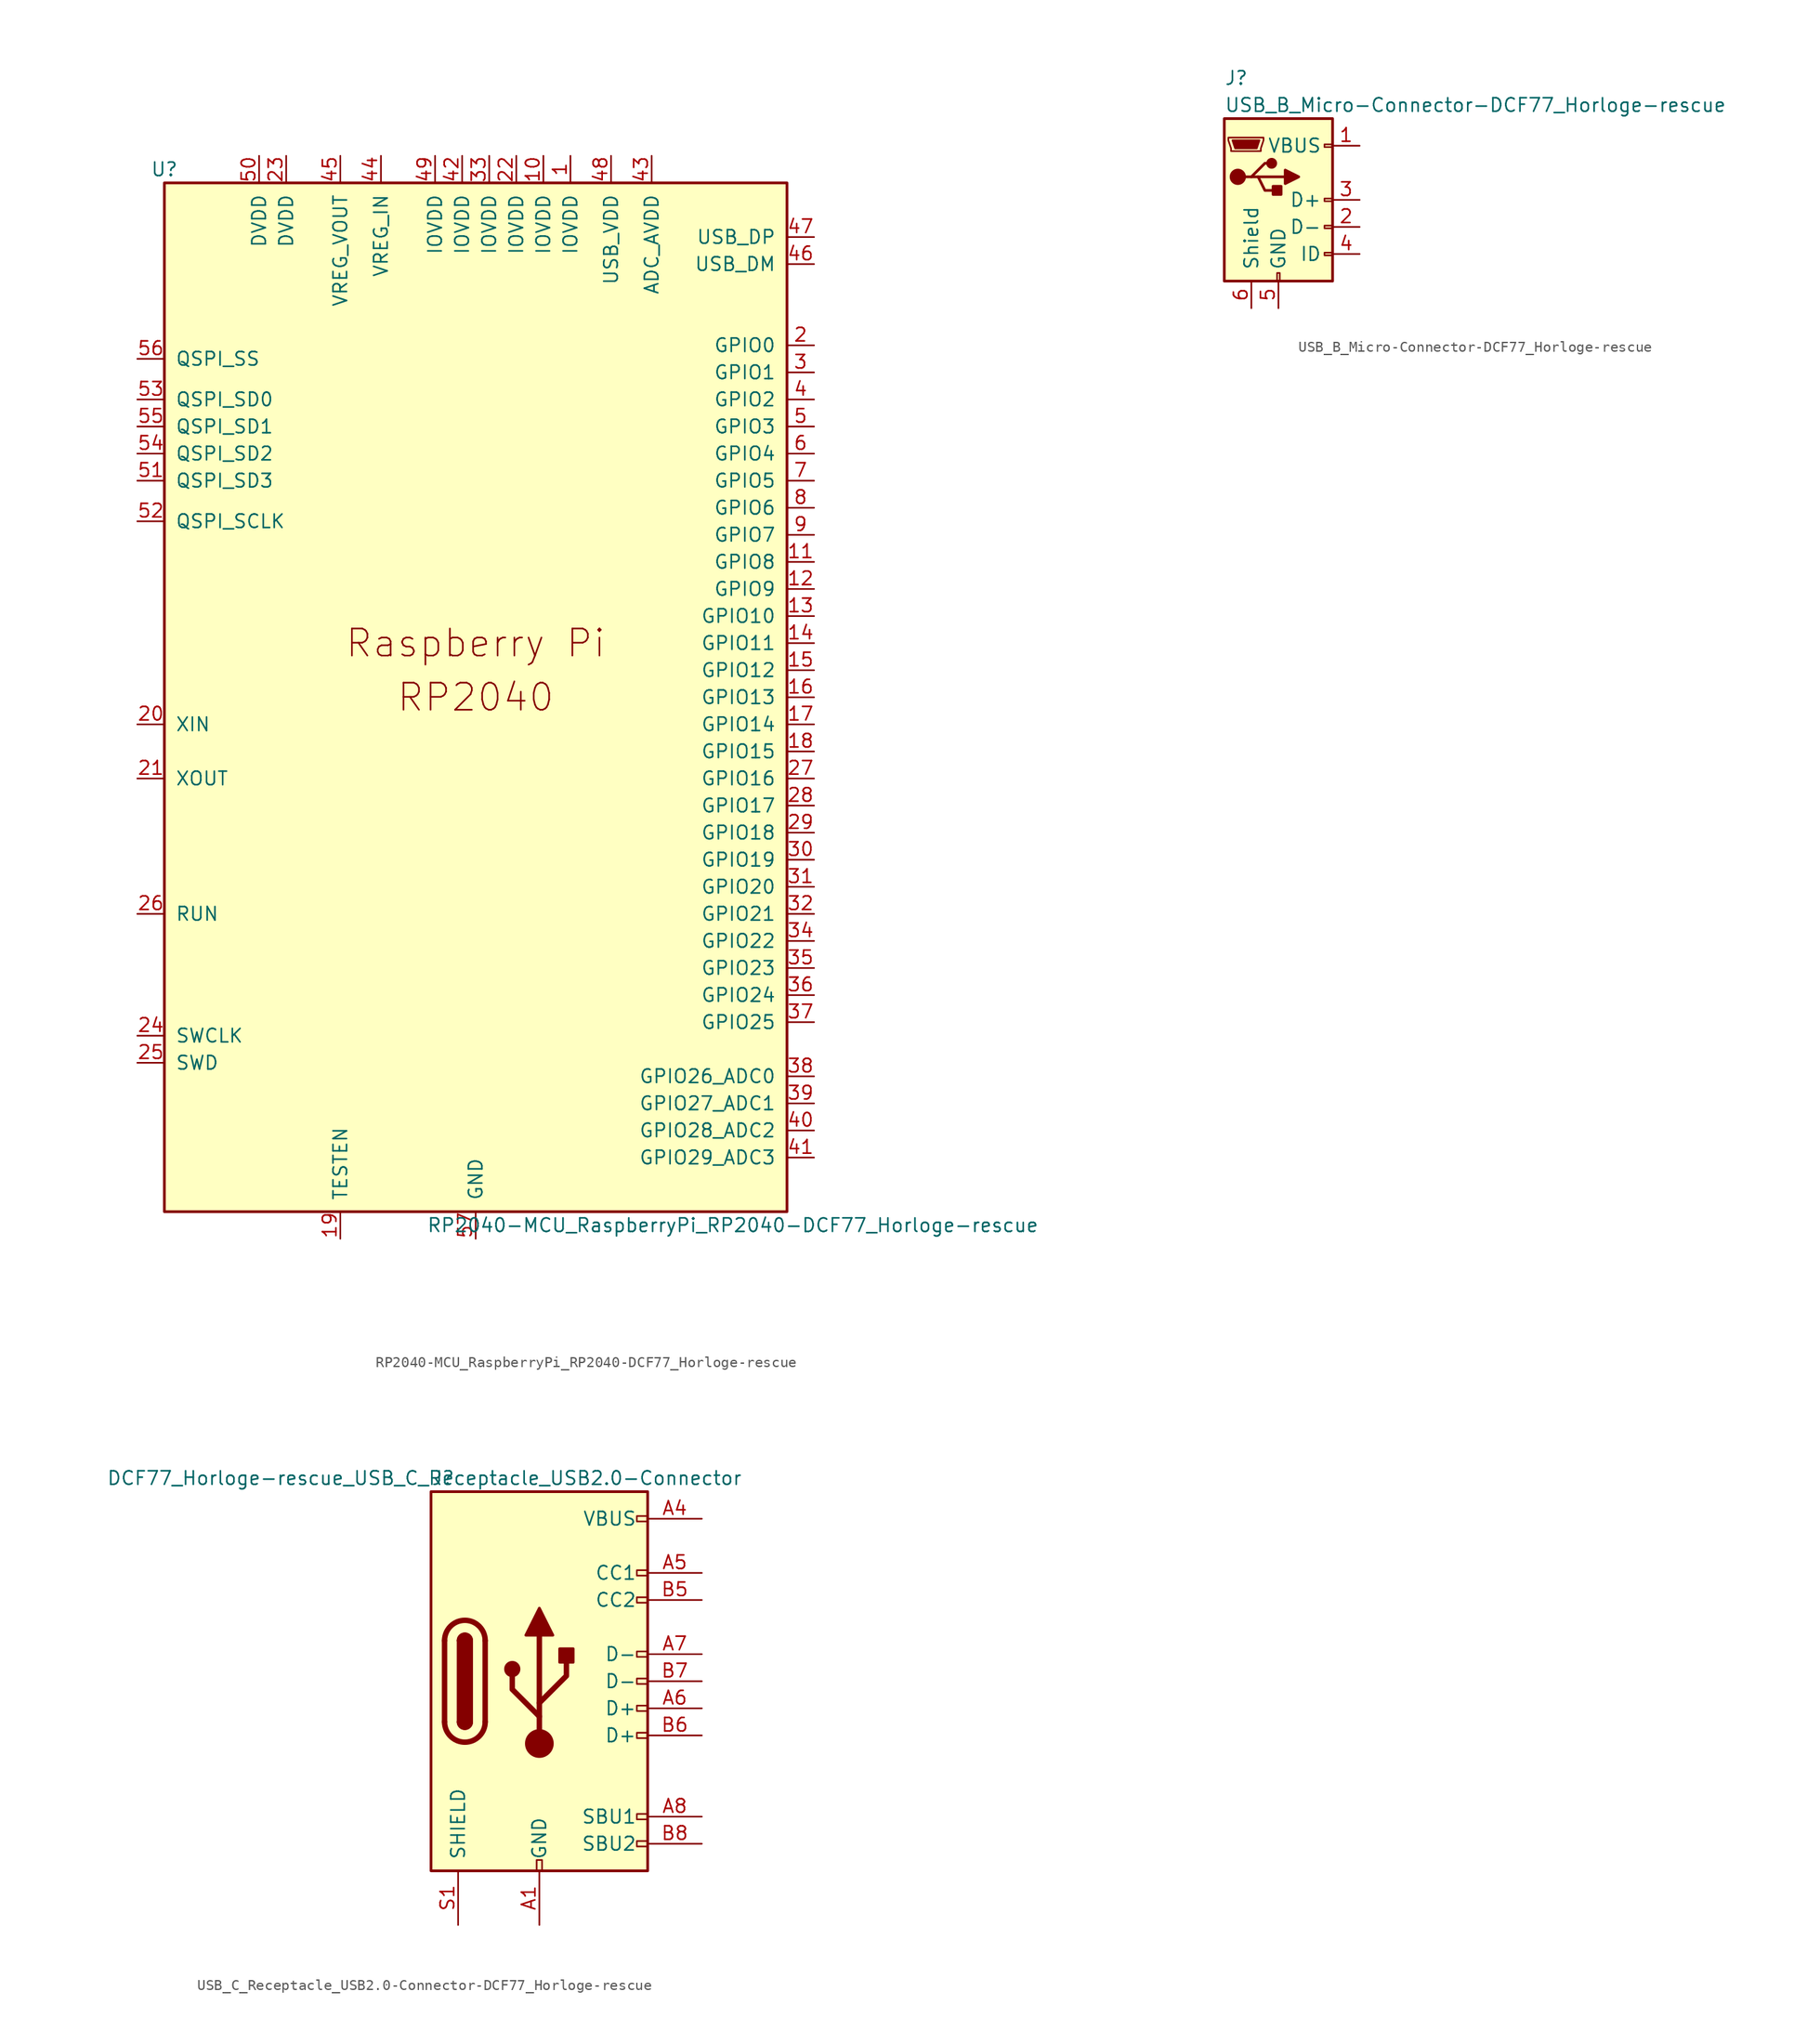
<source format=kicad_sym>
(kicad_symbol_lib
  (version 20220914)
  (generator kicad_symbol_editor)
  (symbol "RP2040-MCU_RaspberryPi_RP2040-DCF77_Horloge-rescue"
    (pin_names
      (offset 1.016))
    (property "Reference" "U"
      (at -29.21 49.53 0)
      (effects (font (size 1.27 1.27))))
    (property "Value" "RP2040-MCU_RaspberryPi_RP2040-DCF77_Horloge-rescue"
      (at 24.13 -49.53 0)
      (effects (font (size 1.27 1.27))))
    (symbol "RP2040-MCU_RaspberryPi_RP2040-DCF77_Horloge-rescue_0_0"
      (text "Raspberry Pi" (at 0 5.08 0) (effects (font (size 2.54 2.54))))
      (text "RP2040" (at 0 0 0) (effects (font (size 2.54 2.54)))))
    (symbol "RP2040-MCU_RaspberryPi_RP2040-DCF77_Horloge-rescue_0_1"
      (rectangle (start 29.21 48.26) (end -29.21 -48.26) (stroke (width 0.254) (type solid)) (fill (type background))))
    (symbol "RP2040-MCU_RaspberryPi_RP2040-DCF77_Horloge-rescue_1_1"
      (pin power_in line (at 8.89 50.8 270) (length 2.54) (name "IOVDD" (effects (font (size 1.27 1.27)))) (number "1" (effects (font (size 1.27 1.27)))))
      (pin power_in line (at 6.35 50.8 270) (length 2.54) (name "IOVDD" (effects (font (size 1.27 1.27)))) (number "10" (effects (font (size 1.27 1.27)))))
      (pin bidirectional line (at 31.75 12.7 180) (length 2.54) (name "GPIO8" (effects (font (size 1.27 1.27)))) (number "11" (effects (font (size 1.27 1.27)))))
      (pin bidirectional line (at 31.75 10.16 180) (length 2.54) (name "GPIO9" (effects (font (size 1.27 1.27)))) (number "12" (effects (font (size 1.27 1.27)))))
      (pin bidirectional line (at 31.75 7.62 180) (length 2.54) (name "GPIO10" (effects (font (size 1.27 1.27)))) (number "13" (effects (font (size 1.27 1.27)))))
      (pin bidirectional line (at 31.75 5.08 180) (length 2.54) (name "GPIO11" (effects (font (size 1.27 1.27)))) (number "14" (effects (font (size 1.27 1.27)))))
      (pin bidirectional line (at 31.75 2.54 180) (length 2.54) (name "GPIO12" (effects (font (size 1.27 1.27)))) (number "15" (effects (font (size 1.27 1.27)))))
      (pin bidirectional line (at 31.75 0 180) (length 2.54) (name "GPIO13" (effects (font (size 1.27 1.27)))) (number "16" (effects (font (size 1.27 1.27)))))
      (pin bidirectional line (at 31.75 -2.54 180) (length 2.54) (name "GPIO14" (effects (font (size 1.27 1.27)))) (number "17" (effects (font (size 1.27 1.27)))))
      (pin bidirectional line (at 31.75 -5.08 180) (length 2.54) (name "GPIO15" (effects (font (size 1.27 1.27)))) (number "18" (effects (font (size 1.27 1.27)))))
      (pin passive line (at -12.7 -50.8 90) (length 2.54) (name "TESTEN" (effects (font (size 1.27 1.27)))) (number "19" (effects (font (size 1.27 1.27)))))
      (pin bidirectional line (at 31.75 33.02 180) (length 2.54) (name "GPIO0" (effects (font (size 1.27 1.27)))) (number "2" (effects (font (size 1.27 1.27)))))
      (pin input line (at -31.75 -2.54 0) (length 2.54) (name "XIN" (effects (font (size 1.27 1.27)))) (number "20" (effects (font (size 1.27 1.27)))))
      (pin passive line (at -31.75 -7.62 0) (length 2.54) (name "XOUT" (effects (font (size 1.27 1.27)))) (number "21" (effects (font (size 1.27 1.27)))))
      (pin power_in line (at 3.81 50.8 270) (length 2.54) (name "IOVDD" (effects (font (size 1.27 1.27)))) (number "22" (effects (font (size 1.27 1.27)))))
      (pin power_in line (at -17.78 50.8 270) (length 2.54) (name "DVDD" (effects (font (size 1.27 1.27)))) (number "23" (effects (font (size 1.27 1.27)))))
      (pin output line (at -31.75 -31.75 0) (length 2.54) (name "SWCLK" (effects (font (size 1.27 1.27)))) (number "24" (effects (font (size 1.27 1.27)))))
      (pin bidirectional line (at -31.75 -34.29 0) (length 2.54) (name "SWD" (effects (font (size 1.27 1.27)))) (number "25" (effects (font (size 1.27 1.27)))))
      (pin input line (at -31.75 -20.32 0) (length 2.54) (name "RUN" (effects (font (size 1.27 1.27)))) (number "26" (effects (font (size 1.27 1.27)))))
      (pin bidirectional line (at 31.75 -7.62 180) (length 2.54) (name "GPIO16" (effects (font (size 1.27 1.27)))) (number "27" (effects (font (size 1.27 1.27)))))
      (pin bidirectional line (at 31.75 -10.16 180) (length 2.54) (name "GPIO17" (effects (font (size 1.27 1.27)))) (number "28" (effects (font (size 1.27 1.27)))))
      (pin bidirectional line (at 31.75 -12.7 180) (length 2.54) (name "GPIO18" (effects (font (size 1.27 1.27)))) (number "29" (effects (font (size 1.27 1.27)))))
      (pin bidirectional line (at 31.75 30.48 180) (length 2.54) (name "GPIO1" (effects (font (size 1.27 1.27)))) (number "3" (effects (font (size 1.27 1.27)))))
      (pin bidirectional line (at 31.75 -15.24 180) (length 2.54) (name "GPIO19" (effects (font (size 1.27 1.27)))) (number "30" (effects (font (size 1.27 1.27)))))
      (pin bidirectional line (at 31.75 -17.78 180) (length 2.54) (name "GPIO20" (effects (font (size 1.27 1.27)))) (number "31" (effects (font (size 1.27 1.27)))))
      (pin bidirectional line (at 31.75 -20.32 180) (length 2.54) (name "GPIO21" (effects (font (size 1.27 1.27)))) (number "32" (effects (font (size 1.27 1.27)))))
      (pin power_in line (at 1.27 50.8 270) (length 2.54) (name "IOVDD" (effects (font (size 1.27 1.27)))) (number "33" (effects (font (size 1.27 1.27)))))
      (pin bidirectional line (at 31.75 -22.86 180) (length 2.54) (name "GPIO22" (effects (font (size 1.27 1.27)))) (number "34" (effects (font (size 1.27 1.27)))))
      (pin bidirectional line (at 31.75 -25.4 180) (length 2.54) (name "GPIO23" (effects (font (size 1.27 1.27)))) (number "35" (effects (font (size 1.27 1.27)))))
      (pin bidirectional line (at 31.75 -27.94 180) (length 2.54) (name "GPIO24" (effects (font (size 1.27 1.27)))) (number "36" (effects (font (size 1.27 1.27)))))
      (pin bidirectional line (at 31.75 -30.48 180) (length 2.54) (name "GPIO25" (effects (font (size 1.27 1.27)))) (number "37" (effects (font (size 1.27 1.27)))))
      (pin bidirectional line (at 31.75 -35.56 180) (length 2.54) (name "GPIO26_ADC0" (effects (font (size 1.27 1.27)))) (number "38" (effects (font (size 1.27 1.27)))))
      (pin bidirectional line (at 31.75 -38.1 180) (length 2.54) (name "GPIO27_ADC1" (effects (font (size 1.27 1.27)))) (number "39" (effects (font (size 1.27 1.27)))))
      (pin bidirectional line (at 31.75 27.94 180) (length 2.54) (name "GPIO2" (effects (font (size 1.27 1.27)))) (number "4" (effects (font (size 1.27 1.27)))))
      (pin bidirectional line (at 31.75 -40.64 180) (length 2.54) (name "GPIO28_ADC2" (effects (font (size 1.27 1.27)))) (number "40" (effects (font (size 1.27 1.27)))))
      (pin bidirectional line (at 31.75 -43.18 180) (length 2.54) (name "GPIO29_ADC3" (effects (font (size 1.27 1.27)))) (number "41" (effects (font (size 1.27 1.27)))))
      (pin power_in line (at -1.27 50.8 270) (length 2.54) (name "IOVDD" (effects (font (size 1.27 1.27)))) (number "42" (effects (font (size 1.27 1.27)))))
      (pin power_in line (at 16.51 50.8 270) (length 2.54) (name "ADC_AVDD" (effects (font (size 1.27 1.27)))) (number "43" (effects (font (size 1.27 1.27)))))
      (pin power_in line (at -8.89 50.8 270) (length 2.54) (name "VREG_IN" (effects (font (size 1.27 1.27)))) (number "44" (effects (font (size 1.27 1.27)))))
      (pin power_out line (at -12.7 50.8 270) (length 2.54) (name "VREG_VOUT" (effects (font (size 1.27 1.27)))) (number "45" (effects (font (size 1.27 1.27)))))
      (pin bidirectional line (at 31.75 40.64 180) (length 2.54) (name "USB_DM" (effects (font (size 1.27 1.27)))) (number "46" (effects (font (size 1.27 1.27)))))
      (pin bidirectional line (at 31.75 43.18 180) (length 2.54) (name "USB_DP" (effects (font (size 1.27 1.27)))) (number "47" (effects (font (size 1.27 1.27)))))
      (pin power_in line (at 12.7 50.8 270) (length 2.54) (name "USB_VDD" (effects (font (size 1.27 1.27)))) (number "48" (effects (font (size 1.27 1.27)))))
      (pin power_in line (at -3.81 50.8 270) (length 2.54) (name "IOVDD" (effects (font (size 1.27 1.27)))) (number "49" (effects (font (size 1.27 1.27)))))
      (pin bidirectional line (at 31.75 25.4 180) (length 2.54) (name "GPIO3" (effects (font (size 1.27 1.27)))) (number "5" (effects (font (size 1.27 1.27)))))
      (pin power_in line (at -20.32 50.8 270) (length 2.54) (name "DVDD" (effects (font (size 1.27 1.27)))) (number "50" (effects (font (size 1.27 1.27)))))
      (pin bidirectional line (at -31.75 20.32 0) (length 2.54) (name "QSPI_SD3" (effects (font (size 1.27 1.27)))) (number "51" (effects (font (size 1.27 1.27)))))
      (pin output line (at -31.75 16.51 0) (length 2.54) (name "QSPI_SCLK" (effects (font (size 1.27 1.27)))) (number "52" (effects (font (size 1.27 1.27)))))
      (pin bidirectional line (at -31.75 27.94 0) (length 2.54) (name "QSPI_SD0" (effects (font (size 1.27 1.27)))) (number "53" (effects (font (size 1.27 1.27)))))
      (pin bidirectional line (at -31.75 22.86 0) (length 2.54) (name "QSPI_SD2" (effects (font (size 1.27 1.27)))) (number "54" (effects (font (size 1.27 1.27)))))
      (pin bidirectional line (at -31.75 25.4 0) (length 2.54) (name "QSPI_SD1" (effects (font (size 1.27 1.27)))) (number "55" (effects (font (size 1.27 1.27)))))
      (pin bidirectional line (at -31.75 31.75 0) (length 2.54) (name "QSPI_SS" (effects (font (size 1.27 1.27)))) (number "56" (effects (font (size 1.27 1.27)))))
      (pin power_in line (at 0 -50.8 90) (length 2.54) (name "GND" (effects (font (size 1.27 1.27)))) (number "57" (effects (font (size 1.27 1.27)))))
      (pin bidirectional line (at 31.75 22.86 180) (length 2.54) (name "GPIO4" (effects (font (size 1.27 1.27)))) (number "6" (effects (font (size 1.27 1.27)))))
      (pin bidirectional line (at 31.75 20.32 180) (length 2.54) (name "GPIO5" (effects (font (size 1.27 1.27)))) (number "7" (effects (font (size 1.27 1.27)))))
      (pin bidirectional line (at 31.75 17.78 180) (length 2.54) (name "GPIO6" (effects (font (size 1.27 1.27)))) (number "8" (effects (font (size 1.27 1.27)))))
      (pin bidirectional line (at 31.75 15.24 180) (length 2.54) (name "GPIO7" (effects (font (size 1.27 1.27)))) (number "9" (effects (font (size 1.27 1.27)))))))
  (symbol "USB_B_Micro-Connector-DCF77_Horloge-rescue"
    (pin_names
      (offset 1.016))
    (property "Reference" "J"
      (at -5.08 11.43 0)
      (effects (font (size 1.27 1.27)) (justify left)))
    (property "Value" "USB_B_Micro-Connector-DCF77_Horloge-rescue"
      (at -5.08 8.89 0)
      (effects (font (size 1.27 1.27)) (justify left)))
    (symbol "USB_B_Micro-Connector-DCF77_Horloge-rescue_0_1"
      (rectangle (start -5.08 -7.62) (end 5.08 7.62) (stroke (width 0.254) (type solid)) (fill (type background)))
      (circle (center -3.81 2.159) (radius 0.635) (stroke (width 0.254) (type solid)) (fill (type outline)))
      (circle (center -0.635 3.429) (radius 0.381) (stroke (width 0.254) (type solid)) (fill (type outline)))
      (rectangle (start -0.127 -7.62) (end 0.127 -6.858) (stroke (width 0) (type solid)) (fill (type none)))
      (polyline (pts (xy -1.905 2.159) (xy 0.635 2.159)) (stroke (width 0.254) (type solid)) (fill (type none)))
      (polyline (pts (xy -3.175 2.159) (xy -2.54 2.159) (xy -1.27 3.429) (xy -0.635 3.429)) (stroke (width 0.254) (type solid)) (fill (type none)))
      (polyline (pts (xy -2.54 2.159) (xy -1.905 2.159) (xy -1.27 0.889) (xy 0 0.889)) (stroke (width 0.254) (type solid)) (fill (type none)))
      (polyline (pts (xy 0.635 2.794) (xy 0.635 1.524) (xy 1.905 2.159) (xy 0.635 2.794)) (stroke (width 0.254) (type solid)) (fill (type outline)))
      (polyline (pts (xy -4.318 5.588) (xy -1.778 5.588) (xy -2.032 4.826) (xy -4.064 4.826) (xy -4.318 5.588)) (stroke (width 0) (type solid)) (fill (type outline)))
      (polyline (pts (xy -4.699 5.842) (xy -4.699 5.588) (xy -4.445 4.826) (xy -4.445 4.572) (xy -1.651 4.572) (xy -1.651 4.826) (xy -1.397 5.588) (xy -1.397 5.842) (xy -4.699 5.842)) (stroke (width 0) (type solid)) (fill (type none)))
      (rectangle (start 0.254 1.27) (end -0.508 0.508) (stroke (width 0.254) (type solid)) (fill (type outline)))
      (rectangle (start 5.08 -5.207) (end 4.318 -4.953) (stroke (width 0) (type solid)) (fill (type none)))
      (rectangle (start 5.08 -2.667) (end 4.318 -2.413) (stroke (width 0) (type solid)) (fill (type none)))
      (rectangle (start 5.08 -0.127) (end 4.318 0.127) (stroke (width 0) (type solid)) (fill (type none)))
      (rectangle (start 5.08 4.953) (end 4.318 5.207) (stroke (width 0) (type solid)) (fill (type none))))
    (symbol "USB_B_Micro-Connector-DCF77_Horloge-rescue_1_1"
      (pin power_out line (at 7.62 5.08 180) (length 2.54) (name "VBUS" (effects (font (size 1.27 1.27)))) (number "1" (effects (font (size 1.27 1.27)))))
      (pin bidirectional line (at 7.62 -2.54 180) (length 2.54) (name "D-" (effects (font (size 1.27 1.27)))) (number "2" (effects (font (size 1.27 1.27)))))
      (pin bidirectional line (at 7.62 0 180) (length 2.54) (name "D+" (effects (font (size 1.27 1.27)))) (number "3" (effects (font (size 1.27 1.27)))))
      (pin passive line (at 7.62 -5.08 180) (length 2.54) (name "ID" (effects (font (size 1.27 1.27)))) (number "4" (effects (font (size 1.27 1.27)))))
      (pin power_out line (at 0 -10.16 90) (length 2.54) (name "GND" (effects (font (size 1.27 1.27)))) (number "5" (effects (font (size 1.27 1.27)))))
      (pin passive line (at -2.54 -10.16 90) (length 2.54) (name "Shield" (effects (font (size 1.27 1.27)))) (number "6" (effects (font (size 1.27 1.27)))))))
  (symbol "USB_C_Receptacle_USB2.0-Connector-DCF77_Horloge-rescue"
    (pin_names
      (offset 1.016))
    (property "Reference" "J"
      (at -10.16 19.05 0)
      (effects (font (size 1.27 1.27)) (justify left)))
    (property "Value" "DCF77_Horloge-rescue_USB_C_Receptacle_USB2.0-Connector"
      (at 19.05 19.05 0)
      (effects (font (size 1.27 1.27)) (justify right)))
    (symbol "USB_C_Receptacle_USB2.0-Connector-DCF77_Horloge-rescue_0_0"
      (rectangle (start -0.254 -17.78) (end 0.254 -16.764) (stroke (width 0) (type solid)) (fill (type none)))
      (rectangle (start 10.16 -14.986) (end 9.144 -15.494) (stroke (width 0) (type solid)) (fill (type none)))
      (rectangle (start 10.16 -12.446) (end 9.144 -12.954) (stroke (width 0) (type solid)) (fill (type none)))
      (rectangle (start 10.16 -4.826) (end 9.144 -5.334) (stroke (width 0) (type solid)) (fill (type none)))
      (rectangle (start 10.16 -2.286) (end 9.144 -2.794) (stroke (width 0) (type solid)) (fill (type none)))
      (rectangle (start 10.16 0.254) (end 9.144 -0.254) (stroke (width 0) (type solid)) (fill (type none)))
      (rectangle (start 10.16 2.794) (end 9.144 2.286) (stroke (width 0) (type solid)) (fill (type none)))
      (rectangle (start 10.16 7.874) (end 9.144 7.366) (stroke (width 0) (type solid)) (fill (type none)))
      (rectangle (start 10.16 10.414) (end 9.144 9.906) (stroke (width 0) (type solid)) (fill (type none)))
      (rectangle (start 10.16 15.494) (end 9.144 14.986) (stroke (width 0) (type solid)) (fill (type none))))
    (symbol "USB_C_Receptacle_USB2.0-Connector-DCF77_Horloge-rescue_0_1"
      (rectangle (start -10.16 17.78) (end 10.16 -17.78) (stroke (width 0.254) (type solid)) (fill (type background)))
      (arc (start -8.89 -3.81) (mid -6.985 -5.7067) (end -5.08 -3.81) (stroke (width 0.508) (type solid)) (fill (type none)))
      (arc (start -7.62 -3.81) (mid -6.985 -4.4423) (end -6.35 -3.81) (stroke (width 0.254) (type solid)) (fill (type none)))
      (arc (start -7.62 -3.81) (mid -6.985 -4.4423) (end -6.35 -3.81) (stroke (width 0.254) (type solid)) (fill (type outline)))
      (rectangle (start -7.62 -3.81) (end -6.35 3.81) (stroke (width 0.254) (type solid)) (fill (type outline)))
      (arc (start -6.35 3.81) (mid -6.985 4.4423) (end -7.62 3.81) (stroke (width 0.254) (type solid)) (fill (type none)))
      (arc (start -6.35 3.81) (mid -6.985 4.4423) (end -7.62 3.81) (stroke (width 0.254) (type solid)) (fill (type outline)))
      (arc (start -5.08 3.81) (mid -6.985 5.7067) (end -8.89 3.81) (stroke (width 0.508) (type solid)) (fill (type none)))
      (circle (center -2.54 1.143) (radius 0.635) (stroke (width 0.254) (type solid)) (fill (type outline)))
      (circle (center 0 -5.842) (radius 1.27) (stroke (width 0) (type solid)) (fill (type outline)))
      (polyline (pts (xy -8.89 -3.81) (xy -8.89 3.81)) (stroke (width 0.508) (type solid)) (fill (type none)))
      (polyline (pts (xy -5.08 3.81) (xy -5.08 -3.81)) (stroke (width 0.508) (type solid)) (fill (type none)))
      (polyline (pts (xy 0 -5.842) (xy 0 4.318)) (stroke (width 0.508) (type solid)) (fill (type none)))
      (polyline (pts (xy 0 -3.302) (xy -2.54 -0.762) (xy -2.54 0.508)) (stroke (width 0.508) (type solid)) (fill (type none)))
      (polyline (pts (xy 0 -2.032) (xy 2.54 0.508) (xy 2.54 1.778)) (stroke (width 0.508) (type solid)) (fill (type none)))
      (polyline (pts (xy -1.27 4.318) (xy 0 6.858) (xy 1.27 4.318) (xy -1.27 4.318)) (stroke (width 0.254) (type solid)) (fill (type outline)))
      (rectangle (start 1.905 1.778) (end 3.175 3.048) (stroke (width 0.254) (type solid)) (fill (type outline))))
    (symbol "USB_C_Receptacle_USB2.0-Connector-DCF77_Horloge-rescue_1_1"
      (pin passive line (at 0 -22.86 90) (length 5.08) (name "GND" (effects (font (size 1.27 1.27)))) (number "A1" (effects (font (size 1.27 1.27)))))
      (pin passive line (at 0 -22.86 90) (length 5.08) hide (name "GND" (effects (font (size 1.27 1.27)))) (number "A12" (effects (font (size 1.27 1.27)))))
      (pin passive line (at 15.24 15.24 180) (length 5.08) (name "VBUS" (effects (font (size 1.27 1.27)))) (number "A4" (effects (font (size 1.27 1.27)))))
      (pin bidirectional line (at 15.24 10.16 180) (length 5.08) (name "CC1" (effects (font (size 1.27 1.27)))) (number "A5" (effects (font (size 1.27 1.27)))))
      (pin bidirectional line (at 15.24 -2.54 180) (length 5.08) (name "D+" (effects (font (size 1.27 1.27)))) (number "A6" (effects (font (size 1.27 1.27)))))
      (pin bidirectional line (at 15.24 2.54 180) (length 5.08) (name "D-" (effects (font (size 1.27 1.27)))) (number "A7" (effects (font (size 1.27 1.27)))))
      (pin bidirectional line (at 15.24 -12.7 180) (length 5.08) (name "SBU1" (effects (font (size 1.27 1.27)))) (number "A8" (effects (font (size 1.27 1.27)))))
      (pin passive line (at 15.24 15.24 180) (length 5.08) hide (name "VBUS" (effects (font (size 1.27 1.27)))) (number "A9" (effects (font (size 1.27 1.27)))))
      (pin passive line (at 0 -22.86 90) (length 5.08) hide (name "GND" (effects (font (size 1.27 1.27)))) (number "B1" (effects (font (size 1.27 1.27)))))
      (pin passive line (at 0 -22.86 90) (length 5.08) hide (name "GND" (effects (font (size 1.27 1.27)))) (number "B12" (effects (font (size 1.27 1.27)))))
      (pin passive line (at 15.24 15.24 180) (length 5.08) hide (name "VBUS" (effects (font (size 1.27 1.27)))) (number "B4" (effects (font (size 1.27 1.27)))))
      (pin bidirectional line (at 15.24 7.62 180) (length 5.08) (name "CC2" (effects (font (size 1.27 1.27)))) (number "B5" (effects (font (size 1.27 1.27)))))
      (pin bidirectional line (at 15.24 -5.08 180) (length 5.08) (name "D+" (effects (font (size 1.27 1.27)))) (number "B6" (effects (font (size 1.27 1.27)))))
      (pin bidirectional line (at 15.24 0 180) (length 5.08) (name "D-" (effects (font (size 1.27 1.27)))) (number "B7" (effects (font (size 1.27 1.27)))))
      (pin bidirectional line (at 15.24 -15.24 180) (length 5.08) (name "SBU2" (effects (font (size 1.27 1.27)))) (number "B8" (effects (font (size 1.27 1.27)))))
      (pin passive line (at 15.24 15.24 180) (length 5.08) hide (name "VBUS" (effects (font (size 1.27 1.27)))) (number "B9" (effects (font (size 1.27 1.27)))))
      (pin passive line (at -7.62 -22.86 90) (length 5.08) (name "SHIELD" (effects (font (size 1.27 1.27)))) (number "S1" (effects (font (size 1.27 1.27))))))))
</source>
